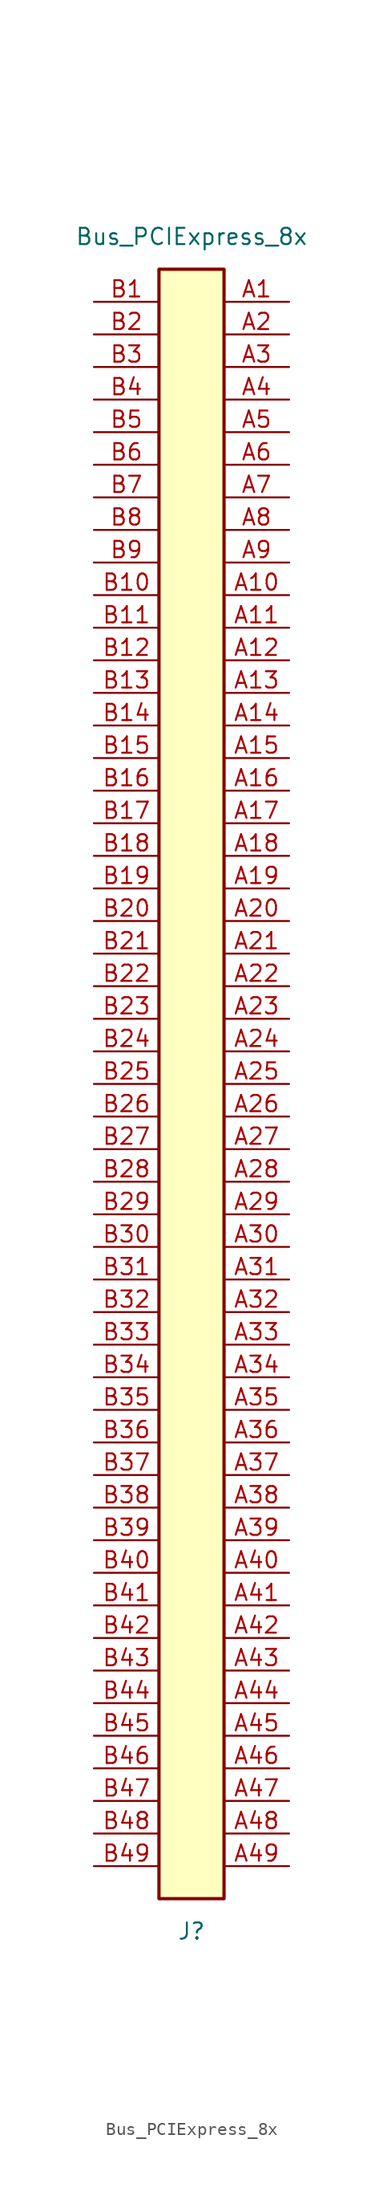
<source format=kicad_sym>
(kicad_symbol_lib
  (version 20210619)
  (generator kicad_symbol_editor)
  (symbol "Bus_PCIExpress_8x"
    (property "Reference" "J"
      (at 0 -66.04 0)
      (effects (font (size 1.27 1.27))))
    (property "Value" "Bus_PCIExpress_8x"
      (at 0 66.04 0)
      (effects (font (size 1.27 1.27))))
    (symbol "Bus_PCIExpress_8x_0_1"
      (rectangle (start -2.54 63.5) (end 2.54 -63.5) (stroke (width 0.254)) (fill (type background))))
    (symbol "Bus_PCIExpress_8x_1_1"
      (pin passive line (at 7.62 60.96 180) (length 5.08) (name "~" (effects (font (size 1.27 1.27)))) (number "A1" (effects (font (size 1.27 1.27)))))
      (pin passive line (at 7.62 38.1 180) (length 5.08) (name "~" (effects (font (size 1.27 1.27)))) (number "A10" (effects (font (size 1.27 1.27)))))
      (pin passive line (at 7.62 35.56 180) (length 5.08) (name "~" (effects (font (size 1.27 1.27)))) (number "A11" (effects (font (size 1.27 1.27)))))
      (pin passive line (at 7.62 33.02 180) (length 5.08) (name "~" (effects (font (size 1.27 1.27)))) (number "A12" (effects (font (size 1.27 1.27)))))
      (pin passive line (at 7.62 30.48 180) (length 5.08) (name "~" (effects (font (size 1.27 1.27)))) (number "A13" (effects (font (size 1.27 1.27)))))
      (pin passive line (at 7.62 27.94 180) (length 5.08) (name "~" (effects (font (size 1.27 1.27)))) (number "A14" (effects (font (size 1.27 1.27)))))
      (pin passive line (at 7.62 25.4 180) (length 5.08) (name "~" (effects (font (size 1.27 1.27)))) (number "A15" (effects (font (size 1.27 1.27)))))
      (pin passive line (at 7.62 22.86 180) (length 5.08) (name "~" (effects (font (size 1.27 1.27)))) (number "A16" (effects (font (size 1.27 1.27)))))
      (pin passive line (at 7.62 20.32 180) (length 5.08) (name "~" (effects (font (size 1.27 1.27)))) (number "A17" (effects (font (size 1.27 1.27)))))
      (pin passive line (at 7.62 17.78 180) (length 5.08) (name "~" (effects (font (size 1.27 1.27)))) (number "A18" (effects (font (size 1.27 1.27)))))
      (pin passive line (at 7.62 15.24 180) (length 5.08) (name "~" (effects (font (size 1.27 1.27)))) (number "A19" (effects (font (size 1.27 1.27)))))
      (pin passive line (at 7.62 58.42 180) (length 5.08) (name "~" (effects (font (size 1.27 1.27)))) (number "A2" (effects (font (size 1.27 1.27)))))
      (pin passive line (at 7.62 12.7 180) (length 5.08) (name "~" (effects (font (size 1.27 1.27)))) (number "A20" (effects (font (size 1.27 1.27)))))
      (pin passive line (at 7.62 10.16 180) (length 5.08) (name "~" (effects (font (size 1.27 1.27)))) (number "A21" (effects (font (size 1.27 1.27)))))
      (pin passive line (at 7.62 7.62 180) (length 5.08) (name "~" (effects (font (size 1.27 1.27)))) (number "A22" (effects (font (size 1.27 1.27)))))
      (pin passive line (at 7.62 5.08 180) (length 5.08) (name "~" (effects (font (size 1.27 1.27)))) (number "A23" (effects (font (size 1.27 1.27)))))
      (pin passive line (at 7.62 2.54 180) (length 5.08) (name "~" (effects (font (size 1.27 1.27)))) (number "A24" (effects (font (size 1.27 1.27)))))
      (pin passive line (at 7.62 0 180) (length 5.08) (name "~" (effects (font (size 1.27 1.27)))) (number "A25" (effects (font (size 1.27 1.27)))))
      (pin passive line (at 7.62 -2.54 180) (length 5.08) (name "~" (effects (font (size 1.27 1.27)))) (number "A26" (effects (font (size 1.27 1.27)))))
      (pin passive line (at 7.62 -5.08 180) (length 5.08) (name "~" (effects (font (size 1.27 1.27)))) (number "A27" (effects (font (size 1.27 1.27)))))
      (pin passive line (at 7.62 -7.62 180) (length 5.08) (name "~" (effects (font (size 1.27 1.27)))) (number "A28" (effects (font (size 1.27 1.27)))))
      (pin passive line (at 7.62 -10.16 180) (length 5.08) (name "~" (effects (font (size 1.27 1.27)))) (number "A29" (effects (font (size 1.27 1.27)))))
      (pin passive line (at 7.62 55.88 180) (length 5.08) (name "~" (effects (font (size 1.27 1.27)))) (number "A3" (effects (font (size 1.27 1.27)))))
      (pin passive line (at 7.62 -12.7 180) (length 5.08) (name "~" (effects (font (size 1.27 1.27)))) (number "A30" (effects (font (size 1.27 1.27)))))
      (pin passive line (at 7.62 -15.24 180) (length 5.08) (name "~" (effects (font (size 1.27 1.27)))) (number "A31" (effects (font (size 1.27 1.27)))))
      (pin passive line (at 7.62 -17.78 180) (length 5.08) (name "~" (effects (font (size 1.27 1.27)))) (number "A32" (effects (font (size 1.27 1.27)))))
      (pin passive line (at 7.62 -20.32 180) (length 5.08) (name "~" (effects (font (size 1.27 1.27)))) (number "A33" (effects (font (size 1.27 1.27)))))
      (pin passive line (at 7.62 -22.86 180) (length 5.08) (name "~" (effects (font (size 1.27 1.27)))) (number "A34" (effects (font (size 1.27 1.27)))))
      (pin passive line (at 7.62 -25.4 180) (length 5.08) (name "~" (effects (font (size 1.27 1.27)))) (number "A35" (effects (font (size 1.27 1.27)))))
      (pin passive line (at 7.62 -27.94 180) (length 5.08) (name "~" (effects (font (size 1.27 1.27)))) (number "A36" (effects (font (size 1.27 1.27)))))
      (pin passive line (at 7.62 -30.48 180) (length 5.08) (name "~" (effects (font (size 1.27 1.27)))) (number "A37" (effects (font (size 1.27 1.27)))))
      (pin passive line (at 7.62 -33.02 180) (length 5.08) (name "~" (effects (font (size 1.27 1.27)))) (number "A38" (effects (font (size 1.27 1.27)))))
      (pin passive line (at 7.62 -35.56 180) (length 5.08) (name "~" (effects (font (size 1.27 1.27)))) (number "A39" (effects (font (size 1.27 1.27)))))
      (pin passive line (at 7.62 53.34 180) (length 5.08) (name "~" (effects (font (size 1.27 1.27)))) (number "A4" (effects (font (size 1.27 1.27)))))
      (pin passive line (at 7.62 -38.1 180) (length 5.08) (name "~" (effects (font (size 1.27 1.27)))) (number "A40" (effects (font (size 1.27 1.27)))))
      (pin passive line (at 7.62 -40.64 180) (length 5.08) (name "~" (effects (font (size 1.27 1.27)))) (number "A41" (effects (font (size 1.27 1.27)))))
      (pin passive line (at 7.62 -43.18 180) (length 5.08) (name "~" (effects (font (size 1.27 1.27)))) (number "A42" (effects (font (size 1.27 1.27)))))
      (pin passive line (at 7.62 -45.72 180) (length 5.08) (name "~" (effects (font (size 1.27 1.27)))) (number "A43" (effects (font (size 1.27 1.27)))))
      (pin passive line (at 7.62 -48.26 180) (length 5.08) (name "~" (effects (font (size 1.27 1.27)))) (number "A44" (effects (font (size 1.27 1.27)))))
      (pin passive line (at 7.62 -50.8 180) (length 5.08) (name "~" (effects (font (size 1.27 1.27)))) (number "A45" (effects (font (size 1.27 1.27)))))
      (pin passive line (at 7.62 -53.34 180) (length 5.08) (name "~" (effects (font (size 1.27 1.27)))) (number "A46" (effects (font (size 1.27 1.27)))))
      (pin passive line (at 7.62 -55.88 180) (length 5.08) (name "~" (effects (font (size 1.27 1.27)))) (number "A47" (effects (font (size 1.27 1.27)))))
      (pin passive line (at 7.62 -58.42 180) (length 5.08) (name "~" (effects (font (size 1.27 1.27)))) (number "A48" (effects (font (size 1.27 1.27)))))
      (pin passive line (at 7.62 -60.96 180) (length 5.08) (name "~" (effects (font (size 1.27 1.27)))) (number "A49" (effects (font (size 1.27 1.27)))))
      (pin passive line (at 7.62 50.8 180) (length 5.08) (name "~" (effects (font (size 1.27 1.27)))) (number "A5" (effects (font (size 1.27 1.27)))))
      (pin passive line (at 7.62 48.26 180) (length 5.08) (name "~" (effects (font (size 1.27 1.27)))) (number "A6" (effects (font (size 1.27 1.27)))))
      (pin passive line (at 7.62 45.72 180) (length 5.08) (name "~" (effects (font (size 1.27 1.27)))) (number "A7" (effects (font (size 1.27 1.27)))))
      (pin passive line (at 7.62 43.18 180) (length 5.08) (name "~" (effects (font (size 1.27 1.27)))) (number "A8" (effects (font (size 1.27 1.27)))))
      (pin passive line (at 7.62 40.64 180) (length 5.08) (name "~" (effects (font (size 1.27 1.27)))) (number "A9" (effects (font (size 1.27 1.27)))))
      (pin passive line (at -7.62 60.96 0) (length 5.08) (name "~" (effects (font (size 1.27 1.27)))) (number "B1" (effects (font (size 1.27 1.27)))))
      (pin passive line (at -7.62 38.1 0) (length 5.08) (name "~" (effects (font (size 1.27 1.27)))) (number "B10" (effects (font (size 1.27 1.27)))))
      (pin passive line (at -7.62 35.56 0) (length 5.08) (name "~" (effects (font (size 1.27 1.27)))) (number "B11" (effects (font (size 1.27 1.27)))))
      (pin passive line (at -7.62 33.02 0) (length 5.08) (name "~" (effects (font (size 1.27 1.27)))) (number "B12" (effects (font (size 1.27 1.27)))))
      (pin passive line (at -7.62 30.48 0) (length 5.08) (name "~" (effects (font (size 1.27 1.27)))) (number "B13" (effects (font (size 1.27 1.27)))))
      (pin passive line (at -7.62 27.94 0) (length 5.08) (name "~" (effects (font (size 1.27 1.27)))) (number "B14" (effects (font (size 1.27 1.27)))))
      (pin passive line (at -7.62 25.4 0) (length 5.08) (name "~" (effects (font (size 1.27 1.27)))) (number "B15" (effects (font (size 1.27 1.27)))))
      (pin passive line (at -7.62 22.86 0) (length 5.08) (name "~" (effects (font (size 1.27 1.27)))) (number "B16" (effects (font (size 1.27 1.27)))))
      (pin passive line (at -7.62 20.32 0) (length 5.08) (name "~" (effects (font (size 1.27 1.27)))) (number "B17" (effects (font (size 1.27 1.27)))))
      (pin passive line (at -7.62 17.78 0) (length 5.08) (name "~" (effects (font (size 1.27 1.27)))) (number "B18" (effects (font (size 1.27 1.27)))))
      (pin passive line (at -7.62 15.24 0) (length 5.08) (name "~" (effects (font (size 1.27 1.27)))) (number "B19" (effects (font (size 1.27 1.27)))))
      (pin passive line (at -7.62 58.42 0) (length 5.08) (name "~" (effects (font (size 1.27 1.27)))) (number "B2" (effects (font (size 1.27 1.27)))))
      (pin passive line (at -7.62 12.7 0) (length 5.08) (name "~" (effects (font (size 1.27 1.27)))) (number "B20" (effects (font (size 1.27 1.27)))))
      (pin passive line (at -7.62 10.16 0) (length 5.08) (name "~" (effects (font (size 1.27 1.27)))) (number "B21" (effects (font (size 1.27 1.27)))))
      (pin passive line (at -7.62 7.62 0) (length 5.08) (name "~" (effects (font (size 1.27 1.27)))) (number "B22" (effects (font (size 1.27 1.27)))))
      (pin passive line (at -7.62 5.08 0) (length 5.08) (name "~" (effects (font (size 1.27 1.27)))) (number "B23" (effects (font (size 1.27 1.27)))))
      (pin passive line (at -7.62 2.54 0) (length 5.08) (name "~" (effects (font (size 1.27 1.27)))) (number "B24" (effects (font (size 1.27 1.27)))))
      (pin passive line (at -7.62 0 0) (length 5.08) (name "~" (effects (font (size 1.27 1.27)))) (number "B25" (effects (font (size 1.27 1.27)))))
      (pin passive line (at -7.62 -2.54 0) (length 5.08) (name "~" (effects (font (size 1.27 1.27)))) (number "B26" (effects (font (size 1.27 1.27)))))
      (pin passive line (at -7.62 -5.08 0) (length 5.08) (name "~" (effects (font (size 1.27 1.27)))) (number "B27" (effects (font (size 1.27 1.27)))))
      (pin passive line (at -7.62 -7.62 0) (length 5.08) (name "~" (effects (font (size 1.27 1.27)))) (number "B28" (effects (font (size 1.27 1.27)))))
      (pin passive line (at -7.62 -10.16 0) (length 5.08) (name "~" (effects (font (size 1.27 1.27)))) (number "B29" (effects (font (size 1.27 1.27)))))
      (pin passive line (at -7.62 55.88 0) (length 5.08) (name "~" (effects (font (size 1.27 1.27)))) (number "B3" (effects (font (size 1.27 1.27)))))
      (pin passive line (at -7.62 -12.7 0) (length 5.08) (name "~" (effects (font (size 1.27 1.27)))) (number "B30" (effects (font (size 1.27 1.27)))))
      (pin passive line (at -7.62 -15.24 0) (length 5.08) (name "~" (effects (font (size 1.27 1.27)))) (number "B31" (effects (font (size 1.27 1.27)))))
      (pin passive line (at -7.62 -17.78 0) (length 5.08) (name "~" (effects (font (size 1.27 1.27)))) (number "B32" (effects (font (size 1.27 1.27)))))
      (pin passive line (at -7.62 -20.32 0) (length 5.08) (name "~" (effects (font (size 1.27 1.27)))) (number "B33" (effects (font (size 1.27 1.27)))))
      (pin passive line (at -7.62 -22.86 0) (length 5.08) (name "~" (effects (font (size 1.27 1.27)))) (number "B34" (effects (font (size 1.27 1.27)))))
      (pin passive line (at -7.62 -25.4 0) (length 5.08) (name "~" (effects (font (size 1.27 1.27)))) (number "B35" (effects (font (size 1.27 1.27)))))
      (pin passive line (at -7.62 -27.94 0) (length 5.08) (name "~" (effects (font (size 1.27 1.27)))) (number "B36" (effects (font (size 1.27 1.27)))))
      (pin passive line (at -7.62 -30.48 0) (length 5.08) (name "~" (effects (font (size 1.27 1.27)))) (number "B37" (effects (font (size 1.27 1.27)))))
      (pin passive line (at -7.62 -33.02 0) (length 5.08) (name "~" (effects (font (size 1.27 1.27)))) (number "B38" (effects (font (size 1.27 1.27)))))
      (pin passive line (at -7.62 -35.56 0) (length 5.08) (name "~" (effects (font (size 1.27 1.27)))) (number "B39" (effects (font (size 1.27 1.27)))))
      (pin passive line (at -7.62 53.34 0) (length 5.08) (name "~" (effects (font (size 1.27 1.27)))) (number "B4" (effects (font (size 1.27 1.27)))))
      (pin passive line (at -7.62 -38.1 0) (length 5.08) (name "~" (effects (font (size 1.27 1.27)))) (number "B40" (effects (font (size 1.27 1.27)))))
      (pin passive line (at -7.62 -40.64 0) (length 5.08) (name "~" (effects (font (size 1.27 1.27)))) (number "B41" (effects (font (size 1.27 1.27)))))
      (pin passive line (at -7.62 -43.18 0) (length 5.08) (name "~" (effects (font (size 1.27 1.27)))) (number "B42" (effects (font (size 1.27 1.27)))))
      (pin passive line (at -7.62 -45.72 0) (length 5.08) (name "~" (effects (font (size 1.27 1.27)))) (number "B43" (effects (font (size 1.27 1.27)))))
      (pin passive line (at -7.62 -48.26 0) (length 5.08) (name "~" (effects (font (size 1.27 1.27)))) (number "B44" (effects (font (size 1.27 1.27)))))
      (pin passive line (at -7.62 -50.8 0) (length 5.08) (name "~" (effects (font (size 1.27 1.27)))) (number "B45" (effects (font (size 1.27 1.27)))))
      (pin passive line (at -7.62 -53.34 0) (length 5.08) (name "~" (effects (font (size 1.27 1.27)))) (number "B46" (effects (font (size 1.27 1.27)))))
      (pin passive line (at -7.62 -55.88 0) (length 5.08) (name "~" (effects (font (size 1.27 1.27)))) (number "B47" (effects (font (size 1.27 1.27)))))
      (pin passive line (at -7.62 -58.42 0) (length 5.08) (name "~" (effects (font (size 1.27 1.27)))) (number "B48" (effects (font (size 1.27 1.27)))))
      (pin passive line (at -7.62 -60.96 0) (length 5.08) (name "~" (effects (font (size 1.27 1.27)))) (number "B49" (effects (font (size 1.27 1.27)))))
      (pin passive line (at -7.62 50.8 0) (length 5.08) (name "~" (effects (font (size 1.27 1.27)))) (number "B5" (effects (font (size 1.27 1.27)))))
      (pin passive line (at -7.62 48.26 0) (length 5.08) (name "~" (effects (font (size 1.27 1.27)))) (number "B6" (effects (font (size 1.27 1.27)))))
      (pin passive line (at -7.62 45.72 0) (length 5.08) (name "~" (effects (font (size 1.27 1.27)))) (number "B7" (effects (font (size 1.27 1.27)))))
      (pin passive line (at -7.62 43.18 0) (length 5.08) (name "~" (effects (font (size 1.27 1.27)))) (number "B8" (effects (font (size 1.27 1.27)))))
      (pin passive line (at -7.62 40.64 0) (length 5.08) (name "~" (effects (font (size 1.27 1.27)))) (number "B9" (effects (font (size 1.27 1.27))))))))
</source>
